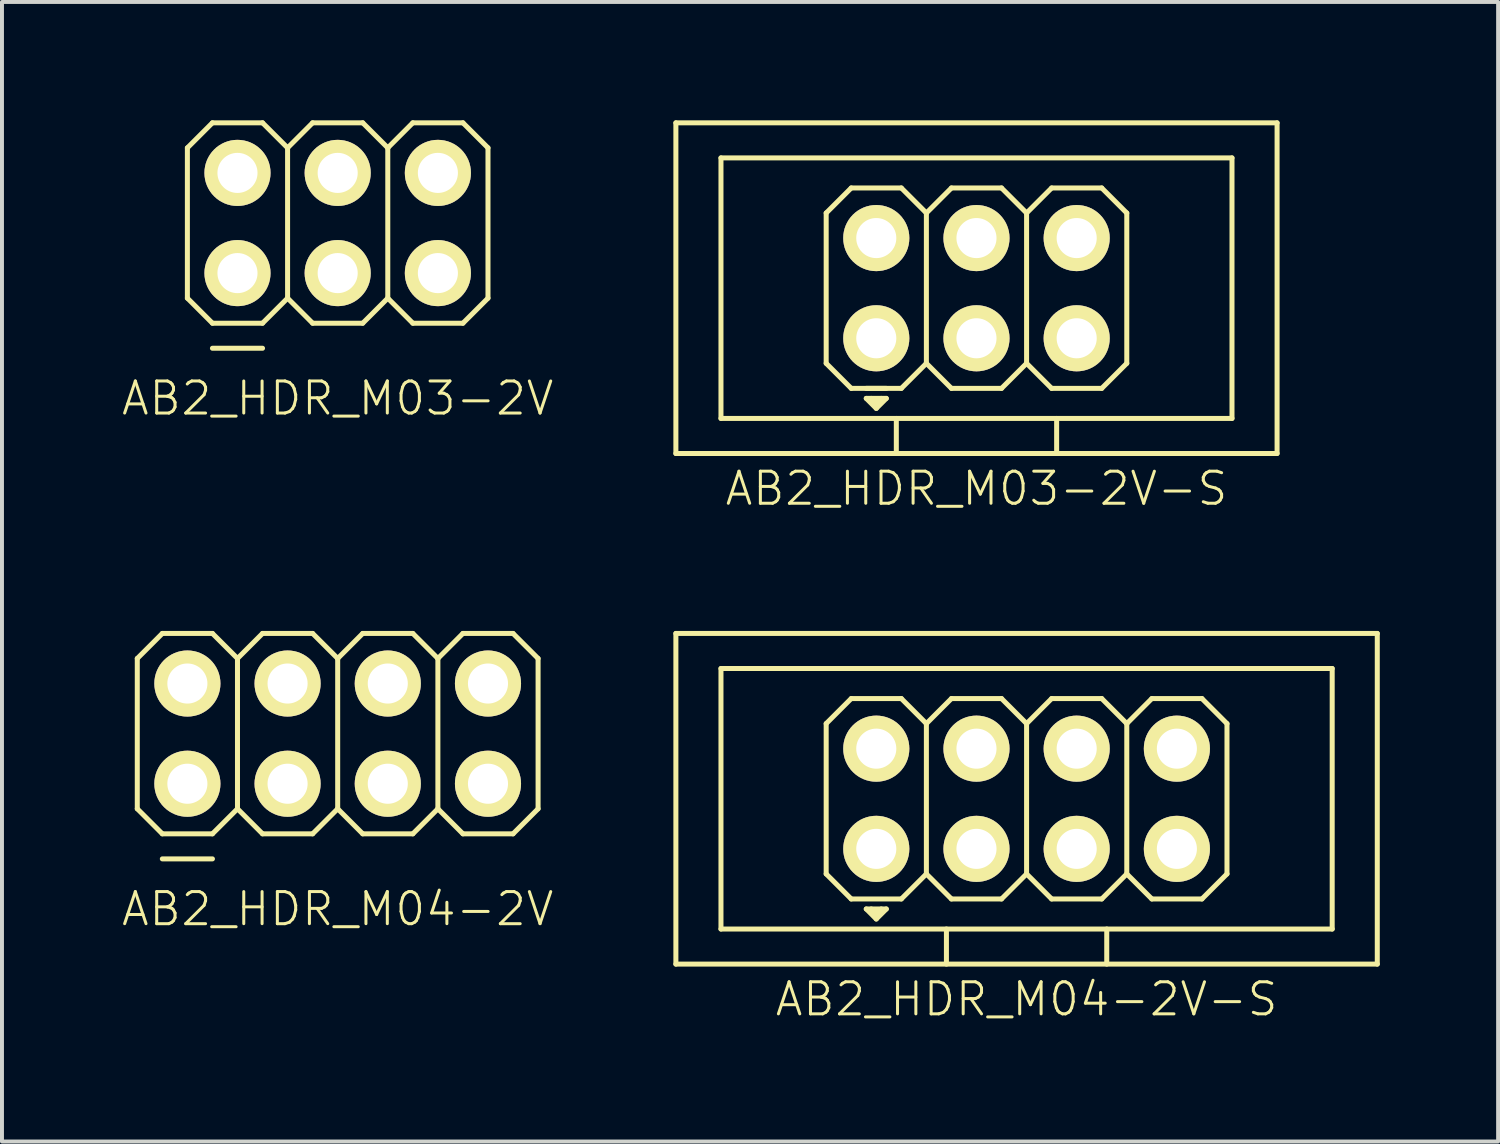
<source format=kicad_pcb>
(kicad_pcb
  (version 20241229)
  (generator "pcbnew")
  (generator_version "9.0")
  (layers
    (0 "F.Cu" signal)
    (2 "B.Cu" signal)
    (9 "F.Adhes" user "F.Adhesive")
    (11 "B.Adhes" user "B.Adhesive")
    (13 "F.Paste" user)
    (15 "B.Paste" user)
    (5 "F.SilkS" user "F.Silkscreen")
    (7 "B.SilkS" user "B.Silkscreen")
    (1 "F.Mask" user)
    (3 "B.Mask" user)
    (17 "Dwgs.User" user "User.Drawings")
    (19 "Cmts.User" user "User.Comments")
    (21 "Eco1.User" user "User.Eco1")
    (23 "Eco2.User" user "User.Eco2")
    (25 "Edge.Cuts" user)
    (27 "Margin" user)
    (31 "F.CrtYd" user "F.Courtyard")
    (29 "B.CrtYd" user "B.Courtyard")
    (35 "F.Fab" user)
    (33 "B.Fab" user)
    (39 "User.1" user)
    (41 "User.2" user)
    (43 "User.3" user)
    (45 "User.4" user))
  (footprint "AB2_HDR_M03-2V"
    (layer "F.Cu")
    (at 5.51 2.603)
    (property "Reference" "AB2_HDR_M03-2V" (at 0 4.445 0) (layer "F.SilkS") (effects (font (size 0.813 0.813) (thickness 0.076))))
    (attr through_hole)
    (fp_line (start -3.81 -1.905) (end -3.175 -2.54) (stroke (width 0.127) (type solid)) (layer "F.SilkS"))
    (fp_line (start -3.81 1.905) (end -3.81 -1.905) (stroke (width 0.127) (type solid)) (layer "F.SilkS"))
    (fp_line (start -3.175 -2.54) (end -1.905 -2.54) (stroke (width 0.127) (type solid)) (layer "F.SilkS"))
    (fp_line (start -3.175 2.54) (end -3.81 1.905) (stroke (width 0.127) (type solid)) (layer "F.SilkS"))
    (fp_line (start -3.175 3.175) (end -1.905 3.175) (stroke (width 0.127) (type solid)) (layer "F.SilkS"))
    (fp_line (start -1.905 -2.54) (end -1.27 -1.905) (stroke (width 0.127) (type solid)) (layer "F.SilkS"))
    (fp_line (start -1.905 2.54) (end -3.175 2.54) (stroke (width 0.127) (type solid)) (layer "F.SilkS"))
    (fp_line (start -1.27 -1.905) (end -1.27 1.905) (stroke (width 0.127) (type solid)) (layer "F.SilkS"))
    (fp_line (start -1.27 -1.905) (end -0.635 -2.54) (stroke (width 0.127) (type solid)) (layer "F.SilkS"))
    (fp_line (start -1.27 1.905) (end -1.905 2.54) (stroke (width 0.127) (type solid)) (layer "F.SilkS"))
    (fp_line (start -0.635 -2.54) (end 0.635 -2.54) (stroke (width 0.127) (type solid)) (layer "F.SilkS"))
    (fp_line (start -0.635 2.54) (end -1.27 1.905) (stroke (width 0.127) (type solid)) (layer "F.SilkS"))
    (fp_line (start 0.635 -2.54) (end 1.27 -1.905) (stroke (width 0.127) (type solid)) (layer "F.SilkS"))
    (fp_line (start 0.635 2.54) (end -0.635 2.54) (stroke (width 0.127) (type solid)) (layer "F.SilkS"))
    (fp_line (start 1.27 -1.905) (end 1.27 1.905) (stroke (width 0.127) (type solid)) (layer "F.SilkS"))
    (fp_line (start 1.27 -1.905) (end 1.905 -2.54) (stroke (width 0.127) (type solid)) (layer "F.SilkS"))
    (fp_line (start 1.27 1.905) (end 0.635 2.54) (stroke (width 0.127) (type solid)) (layer "F.SilkS"))
    (fp_line (start 1.905 -2.54) (end 3.175 -2.54) (stroke (width 0.127) (type solid)) (layer "F.SilkS"))
    (fp_line (start 1.905 2.54) (end 1.27 1.905) (stroke (width 0.127) (type solid)) (layer "F.SilkS"))
    (fp_line (start 3.175 -2.54) (end 3.81 -1.905) (stroke (width 0.127) (type solid)) (layer "F.SilkS"))
    (fp_line (start 3.175 2.54) (end 1.905 2.54) (stroke (width 0.127) (type solid)) (layer "F.SilkS"))
    (fp_line (start 3.81 -1.905) (end 3.81 1.905) (stroke (width 0.127) (type solid)) (layer "F.SilkS"))
    (fp_line (start 3.81 1.905) (end 3.175 2.54) (stroke (width 0.127) (type solid)) (layer "F.SilkS"))
    (pad "1" thru_hole circle (at -2.54 1.27) (size 1.676 1.676) (drill 1.016) (layers "*.Cu" "*.Mask" "F.SilkS"))
    (pad "2" thru_hole circle (at -2.54 -1.27) (size 1.676 1.676) (drill 1.016) (layers "*.Cu" "*.Mask" "F.SilkS"))
    (pad "3" thru_hole circle (at 0 1.27) (size 1.676 1.676) (drill 1.016) (layers "*.Cu" "*.Mask" "F.SilkS"))
    (pad "4" thru_hole circle (at 0 -1.27) (size 1.676 1.676) (drill 1.016) (layers "*.Cu" "*.Mask" "F.SilkS"))
    (pad "5" thru_hole circle (at 2.54 1.27) (size 1.676 1.676) (drill 1.016) (layers "*.Cu" "*.Mask" "F.SilkS"))
    (pad "6" thru_hole circle (at 2.54 -1.27) (size 1.676 1.676) (drill 1.016) (layers "*.Cu" "*.Mask" "F.SilkS")))
  (footprint "AB2_HDR_M04-2V-S"
    (layer "F.Cu")
    (at 22.973 17.198)
    (property "Reference" "AB2_HDR_M04-2V-S" (at 0 5.08 0) (layer "F.SilkS") (effects (font (size 0.813 0.813) (thickness 0.076))))
    (attr through_hole)
    (fp_line (start -8.89 -4.191) (end -8.89 4.191) (stroke (width 0.127) (type solid)) (layer "F.SilkS"))
    (fp_line (start -8.89 4.191) (end 8.89 4.191) (stroke (width 0.127) (type solid)) (layer "F.SilkS"))
    (fp_line (start -7.747 -3.302) (end -7.747 3.302) (stroke (width 0.127) (type solid)) (layer "F.SilkS"))
    (fp_line (start -7.747 3.302) (end 7.747 3.302) (stroke (width 0.127) (type solid)) (layer "F.SilkS"))
    (fp_line (start -5.08 -1.905) (end -4.445 -2.54) (stroke (width 0.127) (type solid)) (layer "F.SilkS"))
    (fp_line (start -5.08 1.905) (end -5.08 -1.905) (stroke (width 0.127) (type solid)) (layer "F.SilkS"))
    (fp_line (start -4.445 -2.54) (end -3.175 -2.54) (stroke (width 0.127) (type solid)) (layer "F.SilkS"))
    (fp_line (start -4.445 2.54) (end -5.08 1.905) (stroke (width 0.127) (type solid)) (layer "F.SilkS"))
    (fp_line (start -4.064 2.794) (end -3.81 3.048) (stroke (width 0.127) (type solid)) (layer "F.SilkS"))
    (fp_line (start -4.064 2.794) (end -3.556 2.794) (stroke (width 0.127) (type solid)) (layer "F.SilkS"))
    (fp_line (start -3.937 2.794) (end -3.81 2.921) (stroke (width 0.127) (type solid)) (layer "F.SilkS"))
    (fp_line (start -3.683 2.794) (end -3.81 2.921) (stroke (width 0.127) (type solid)) (layer "F.SilkS"))
    (fp_line (start -3.556 2.794) (end -3.81 3.048) (stroke (width 0.127) (type solid)) (layer "F.SilkS"))
    (fp_line (start -3.175 -2.54) (end -2.54 -1.905) (stroke (width 0.127) (type solid)) (layer "F.SilkS"))
    (fp_line (start -3.175 2.54) (end -4.445 2.54) (stroke (width 0.127) (type solid)) (layer "F.SilkS"))
    (fp_line (start -2.54 -1.905) (end -2.54 1.905) (stroke (width 0.127) (type solid)) (layer "F.SilkS"))
    (fp_line (start -2.54 -1.905) (end -1.905 -2.54) (stroke (width 0.127) (type solid)) (layer "F.SilkS"))
    (fp_line (start -2.54 1.905) (end -3.175 2.54) (stroke (width 0.127) (type solid)) (layer "F.SilkS"))
    (fp_line (start -2.032 3.302) (end -2.032 4.191) (stroke (width 0.127) (type solid)) (layer "F.SilkS"))
    (fp_line (start -1.905 -2.54) (end -0.635 -2.54) (stroke (width 0.127) (type solid)) (layer "F.SilkS"))
    (fp_line (start -1.905 2.54) (end -2.54 1.905) (stroke (width 0.127) (type solid)) (layer "F.SilkS"))
    (fp_line (start -0.635 -2.54) (end 0 -1.905) (stroke (width 0.127) (type solid)) (layer "F.SilkS"))
    (fp_line (start -0.635 2.54) (end -1.905 2.54) (stroke (width 0.127) (type solid)) (layer "F.SilkS"))
    (fp_line (start 0 -1.905) (end 0 1.905) (stroke (width 0.127) (type solid)) (layer "F.SilkS"))
    (fp_line (start 0 -1.905) (end 0.635 -2.54) (stroke (width 0.127) (type solid)) (layer "F.SilkS"))
    (fp_line (start 0 1.905) (end -0.635 2.54) (stroke (width 0.127) (type solid)) (layer "F.SilkS"))
    (fp_line (start 0.635 -2.54) (end 1.905 -2.54) (stroke (width 0.127) (type solid)) (layer "F.SilkS"))
    (fp_line (start 0.635 2.54) (end 0 1.905) (stroke (width 0.127) (type solid)) (layer "F.SilkS"))
    (fp_line (start 1.905 -2.54) (end 2.54 -1.905) (stroke (width 0.127) (type solid)) (layer "F.SilkS"))
    (fp_line (start 1.905 2.54) (end 0.635 2.54) (stroke (width 0.127) (type solid)) (layer "F.SilkS"))
    (fp_line (start 2.032 3.302) (end 2.032 4.191) (stroke (width 0.127) (type solid)) (layer "F.SilkS"))
    (fp_line (start 2.54 -1.905) (end 2.54 1.905) (stroke (width 0.127) (type solid)) (layer "F.SilkS"))
    (fp_line (start 2.54 -1.905) (end 3.175 -2.54) (stroke (width 0.127) (type solid)) (layer "F.SilkS"))
    (fp_line (start 2.54 1.905) (end 1.905 2.54) (stroke (width 0.127) (type solid)) (layer "F.SilkS"))
    (fp_line (start 3.175 -2.54) (end 4.445 -2.54) (stroke (width 0.127) (type solid)) (layer "F.SilkS"))
    (fp_line (start 3.175 2.54) (end 2.54 1.905) (stroke (width 0.127) (type solid)) (layer "F.SilkS"))
    (fp_line (start 4.445 -2.54) (end 5.08 -1.905) (stroke (width 0.127) (type solid)) (layer "F.SilkS"))
    (fp_line (start 4.445 2.54) (end 3.175 2.54) (stroke (width 0.127) (type solid)) (layer "F.SilkS"))
    (fp_line (start 5.08 -1.905) (end 5.08 1.905) (stroke (width 0.127) (type solid)) (layer "F.SilkS"))
    (fp_line (start 5.08 1.905) (end 4.445 2.54) (stroke (width 0.127) (type solid)) (layer "F.SilkS"))
    (fp_line (start 7.747 -3.302) (end -7.747 -3.302) (stroke (width 0.127) (type solid)) (layer "F.SilkS"))
    (fp_line (start 7.747 3.302) (end 7.747 -3.302) (stroke (width 0.127) (type solid)) (layer "F.SilkS"))
    (fp_line (start 8.89 -4.191) (end -8.89 -4.191) (stroke (width 0.127) (type solid)) (layer "F.SilkS"))
    (fp_line (start 8.89 4.191) (end 8.89 -4.191) (stroke (width 0.127) (type solid)) (layer "F.SilkS"))
    (pad "1" thru_hole circle (at -3.81 1.27) (size 1.676 1.676) (drill 1.016) (layers "*.Cu" "*.Mask" "F.SilkS"))
    (pad "2" thru_hole circle (at -3.81 -1.27) (size 1.676 1.676) (drill 1.016) (layers "*.Cu" "*.Mask" "F.SilkS"))
    (pad "3" thru_hole circle (at -1.27 1.27) (size 1.676 1.676) (drill 1.016) (layers "*.Cu" "*.Mask" "F.SilkS"))
    (pad "4" thru_hole circle (at -1.27 -1.27) (size 1.676 1.676) (drill 1.016) (layers "*.Cu" "*.Mask" "F.SilkS"))
    (pad "5" thru_hole circle (at 1.27 1.27) (size 1.676 1.676) (drill 1.016) (layers "*.Cu" "*.Mask" "F.SilkS"))
    (pad "6" thru_hole circle (at 1.27 -1.27) (size 1.676 1.676) (drill 1.016) (layers "*.Cu" "*.Mask" "F.SilkS"))
    (pad "7" thru_hole circle (at 3.81 1.27) (size 1.676 1.676) (drill 1.016) (layers "*.Cu" "*.Mask" "F.SilkS"))
    (pad "8" thru_hole circle (at 3.81 -1.27) (size 1.676 1.676) (drill 1.016) (layers "*.Cu" "*.Mask" "F.SilkS")))
  (footprint "AB2_HDR_M03-2V-S"
    (layer "F.Cu")
    (at 21.703 4.255)
    (property "Reference" "AB2_HDR_M03-2V-S" (at 0 5.08 0) (layer "F.SilkS") (effects (font (size 0.813 0.813) (thickness 0.076))))
    (attr through_hole)
    (fp_line (start -7.62 -4.191) (end -7.62 4.191) (stroke (width 0.127) (type solid)) (layer "F.SilkS"))
    (fp_line (start -7.62 4.191) (end 7.62 4.191) (stroke (width 0.127) (type solid)) (layer "F.SilkS"))
    (fp_line (start -6.477 -3.302) (end -6.477 3.302) (stroke (width 0.127) (type solid)) (layer "F.SilkS"))
    (fp_line (start -6.477 3.302) (end 6.477 3.302) (stroke (width 0.127) (type solid)) (layer "F.SilkS"))
    (fp_line (start -3.81 -1.905) (end -3.175 -2.54) (stroke (width 0.127) (type solid)) (layer "F.SilkS"))
    (fp_line (start -3.81 1.905) (end -3.81 -1.905) (stroke (width 0.127) (type solid)) (layer "F.SilkS"))
    (fp_line (start -3.175 -2.54) (end -1.905 -2.54) (stroke (width 0.127) (type solid)) (layer "F.SilkS"))
    (fp_line (start -3.175 2.54) (end -3.81 1.905) (stroke (width 0.127) (type solid)) (layer "F.SilkS"))
    (fp_line (start -2.794 2.54) (end -2.286 2.54) (stroke (width 0.127) (type solid)) (layer "F.SilkS"))
    (fp_line (start -2.794 2.794) (end -2.54 3.048) (stroke (width 0.127) (type solid)) (layer "F.SilkS"))
    (fp_line (start -2.794 2.794) (end -2.286 2.794) (stroke (width 0.127) (type solid)) (layer "F.SilkS"))
    (fp_line (start -2.667 2.794) (end -2.54 2.921) (stroke (width 0.127) (type solid)) (layer "F.SilkS"))
    (fp_line (start -2.413 2.794) (end -2.54 2.921) (stroke (width 0.127) (type solid)) (layer "F.SilkS"))
    (fp_line (start -2.286 2.794) (end -2.54 3.048) (stroke (width 0.127) (type solid)) (layer "F.SilkS"))
    (fp_line (start -2.032 3.302) (end -2.032 4.191) (stroke (width 0.127) (type solid)) (layer "F.SilkS"))
    (fp_line (start -1.905 -2.54) (end -1.27 -1.905) (stroke (width 0.127) (type solid)) (layer "F.SilkS"))
    (fp_line (start -1.905 2.54) (end -3.175 2.54) (stroke (width 0.127) (type solid)) (layer "F.SilkS"))
    (fp_line (start -1.27 -1.905) (end -1.27 1.905) (stroke (width 0.127) (type solid)) (layer "F.SilkS"))
    (fp_line (start -1.27 -1.905) (end -0.635 -2.54) (stroke (width 0.127) (type solid)) (layer "F.SilkS"))
    (fp_line (start -1.27 1.905) (end -1.905 2.54) (stroke (width 0.127) (type solid)) (layer "F.SilkS"))
    (fp_line (start -0.635 -2.54) (end 0.635 -2.54) (stroke (width 0.127) (type solid)) (layer "F.SilkS"))
    (fp_line (start -0.635 2.54) (end -1.27 1.905) (stroke (width 0.127) (type solid)) (layer "F.SilkS"))
    (fp_line (start 0.635 -2.54) (end 1.27 -1.905) (stroke (width 0.127) (type solid)) (layer "F.SilkS"))
    (fp_line (start 0.635 2.54) (end -0.635 2.54) (stroke (width 0.127) (type solid)) (layer "F.SilkS"))
    (fp_line (start 1.27 -1.905) (end 1.27 1.905) (stroke (width 0.127) (type solid)) (layer "F.SilkS"))
    (fp_line (start 1.27 -1.905) (end 1.905 -2.54) (stroke (width 0.127) (type solid)) (layer "F.SilkS"))
    (fp_line (start 1.27 1.905) (end 0.635 2.54) (stroke (width 0.127) (type solid)) (layer "F.SilkS"))
    (fp_line (start 1.905 -2.54) (end 3.175 -2.54) (stroke (width 0.127) (type solid)) (layer "F.SilkS"))
    (fp_line (start 1.905 2.54) (end 1.27 1.905) (stroke (width 0.127) (type solid)) (layer "F.SilkS"))
    (fp_line (start 2.032 3.302) (end 2.032 4.191) (stroke (width 0.127) (type solid)) (layer "F.SilkS"))
    (fp_line (start 3.175 -2.54) (end 3.81 -1.905) (stroke (width 0.127) (type solid)) (layer "F.SilkS"))
    (fp_line (start 3.175 2.54) (end 1.905 2.54) (stroke (width 0.127) (type solid)) (layer "F.SilkS"))
    (fp_line (start 3.81 -1.905) (end 3.81 1.905) (stroke (width 0.127) (type solid)) (layer "F.SilkS"))
    (fp_line (start 3.81 1.905) (end 3.175 2.54) (stroke (width 0.127) (type solid)) (layer "F.SilkS"))
    (fp_line (start 6.477 -3.302) (end -6.477 -3.302) (stroke (width 0.127) (type solid)) (layer "F.SilkS"))
    (fp_line (start 6.477 3.302) (end 6.477 -3.302) (stroke (width 0.127) (type solid)) (layer "F.SilkS"))
    (fp_line (start 7.62 -4.191) (end -7.62 -4.191) (stroke (width 0.127) (type solid)) (layer "F.SilkS"))
    (fp_line (start 7.62 4.191) (end 7.62 -4.191) (stroke (width 0.127) (type solid)) (layer "F.SilkS"))
    (pad "1" thru_hole circle (at -2.54 1.27) (size 1.676 1.676) (drill 1.016) (layers "*.Cu" "*.Mask" "F.SilkS"))
    (pad "2" thru_hole circle (at -2.54 -1.27) (size 1.676 1.676) (drill 1.016) (layers "*.Cu" "*.Mask" "F.SilkS"))
    (pad "3" thru_hole circle (at 0 1.27) (size 1.676 1.676) (drill 1.016) (layers "*.Cu" "*.Mask" "F.SilkS"))
    (pad "4" thru_hole circle (at 0 -1.27) (size 1.676 1.676) (drill 1.016) (layers "*.Cu" "*.Mask" "F.SilkS"))
    (pad "5" thru_hole circle (at 2.54 1.27) (size 1.676 1.676) (drill 1.016) (layers "*.Cu" "*.Mask" "F.SilkS"))
    (pad "6" thru_hole circle (at 2.54 -1.27) (size 1.676 1.676) (drill 1.016) (layers "*.Cu" "*.Mask" "F.SilkS")))
  (footprint "AB2_HDR_M04-2V"
    (layer "F.Cu")
    (at 5.51 15.547)
    (property "Reference" "AB2_HDR_M04-2V" (at 0 4.445 0) (layer "F.SilkS") (effects (font (size 0.813 0.813) (thickness 0.076))))
    (attr through_hole)
    (fp_line (start -5.08 -1.905) (end -4.445 -2.54) (stroke (width 0.127) (type solid)) (layer "F.SilkS"))
    (fp_line (start -5.08 1.905) (end -5.08 -1.905) (stroke (width 0.127) (type solid)) (layer "F.SilkS"))
    (fp_line (start -4.445 -2.54) (end -3.175 -2.54) (stroke (width 0.127) (type solid)) (layer "F.SilkS"))
    (fp_line (start -4.445 2.54) (end -5.08 1.905) (stroke (width 0.127) (type solid)) (layer "F.SilkS"))
    (fp_line (start -4.445 3.175) (end -3.175 3.175) (stroke (width 0.127) (type solid)) (layer "F.SilkS"))
    (fp_line (start -3.175 -2.54) (end -2.54 -1.905) (stroke (width 0.127) (type solid)) (layer "F.SilkS"))
    (fp_line (start -3.175 2.54) (end -4.445 2.54) (stroke (width 0.127) (type solid)) (layer "F.SilkS"))
    (fp_line (start -2.54 -1.905) (end -2.54 1.905) (stroke (width 0.127) (type solid)) (layer "F.SilkS"))
    (fp_line (start -2.54 -1.905) (end -1.905 -2.54) (stroke (width 0.127) (type solid)) (layer "F.SilkS"))
    (fp_line (start -2.54 1.905) (end -3.175 2.54) (stroke (width 0.127) (type solid)) (layer "F.SilkS"))
    (fp_line (start -1.905 -2.54) (end -0.635 -2.54) (stroke (width 0.127) (type solid)) (layer "F.SilkS"))
    (fp_line (start -1.905 2.54) (end -2.54 1.905) (stroke (width 0.127) (type solid)) (layer "F.SilkS"))
    (fp_line (start -0.635 -2.54) (end 0 -1.905) (stroke (width 0.127) (type solid)) (layer "F.SilkS"))
    (fp_line (start -0.635 2.54) (end -1.905 2.54) (stroke (width 0.127) (type solid)) (layer "F.SilkS"))
    (fp_line (start 0 -1.905) (end 0 1.905) (stroke (width 0.127) (type solid)) (layer "F.SilkS"))
    (fp_line (start 0 -1.905) (end 0.635 -2.54) (stroke (width 0.127) (type solid)) (layer "F.SilkS"))
    (fp_line (start 0 1.905) (end -0.635 2.54) (stroke (width 0.127) (type solid)) (layer "F.SilkS"))
    (fp_line (start 0.635 -2.54) (end 1.905 -2.54) (stroke (width 0.127) (type solid)) (layer "F.SilkS"))
    (fp_line (start 0.635 2.54) (end 0 1.905) (stroke (width 0.127) (type solid)) (layer "F.SilkS"))
    (fp_line (start 1.905 -2.54) (end 2.54 -1.905) (stroke (width 0.127) (type solid)) (layer "F.SilkS"))
    (fp_line (start 1.905 2.54) (end 0.635 2.54) (stroke (width 0.127) (type solid)) (layer "F.SilkS"))
    (fp_line (start 2.54 -1.905) (end 2.54 1.905) (stroke (width 0.127) (type solid)) (layer "F.SilkS"))
    (fp_line (start 2.54 -1.905) (end 3.175 -2.54) (stroke (width 0.127) (type solid)) (layer "F.SilkS"))
    (fp_line (start 2.54 1.905) (end 1.905 2.54) (stroke (width 0.127) (type solid)) (layer "F.SilkS"))
    (fp_line (start 3.175 -2.54) (end 4.445 -2.54) (stroke (width 0.127) (type solid)) (layer "F.SilkS"))
    (fp_line (start 3.175 2.54) (end 2.54 1.905) (stroke (width 0.127) (type solid)) (layer "F.SilkS"))
    (fp_line (start 4.445 -2.54) (end 5.08 -1.905) (stroke (width 0.127) (type solid)) (layer "F.SilkS"))
    (fp_line (start 4.445 2.54) (end 3.175 2.54) (stroke (width 0.127) (type solid)) (layer "F.SilkS"))
    (fp_line (start 5.08 -1.905) (end 5.08 1.905) (stroke (width 0.127) (type solid)) (layer "F.SilkS"))
    (fp_line (start 5.08 1.905) (end 4.445 2.54) (stroke (width 0.127) (type solid)) (layer "F.SilkS"))
    (pad "1" thru_hole circle (at -3.81 1.27) (size 1.676 1.676) (drill 1.016) (layers "*.Cu" "*.Mask" "F.SilkS"))
    (pad "2" thru_hole circle (at -3.81 -1.27) (size 1.676 1.676) (drill 1.016) (layers "*.Cu" "*.Mask" "F.SilkS"))
    (pad "3" thru_hole circle (at -1.27 1.27) (size 1.676 1.676) (drill 1.016) (layers "*.Cu" "*.Mask" "F.SilkS"))
    (pad "4" thru_hole circle (at -1.27 -1.27) (size 1.676 1.676) (drill 1.016) (layers "*.Cu" "*.Mask" "F.SilkS"))
    (pad "5" thru_hole circle (at 1.27 1.27) (size 1.676 1.676) (drill 1.016) (layers "*.Cu" "*.Mask" "F.SilkS"))
    (pad "6" thru_hole circle (at 1.27 -1.27) (size 1.676 1.676) (drill 1.016) (layers "*.Cu" "*.Mask" "F.SilkS"))
    (pad "7" thru_hole circle (at 3.81 1.27) (size 1.676 1.676) (drill 1.016) (layers "*.Cu" "*.Mask" "F.SilkS"))
    (pad "8" thru_hole circle (at 3.81 -1.27) (size 1.676 1.676) (drill 1.016) (layers "*.Cu" "*.Mask" "F.SilkS")))
  (gr_rect
    (start -3 -3)
    (end 34.926 25.887)
    (stroke (width 0.1) (type default))
    (fill no)
    (layer "Edge.Cuts")))
</source>
